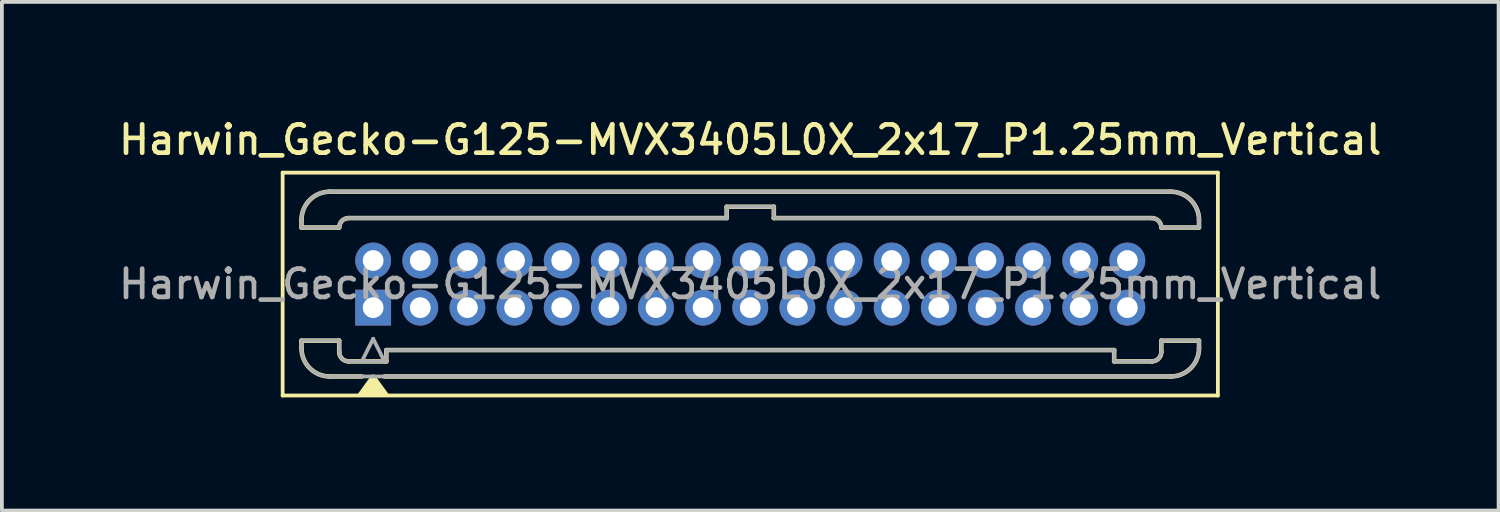
<source format=kicad_pcb>
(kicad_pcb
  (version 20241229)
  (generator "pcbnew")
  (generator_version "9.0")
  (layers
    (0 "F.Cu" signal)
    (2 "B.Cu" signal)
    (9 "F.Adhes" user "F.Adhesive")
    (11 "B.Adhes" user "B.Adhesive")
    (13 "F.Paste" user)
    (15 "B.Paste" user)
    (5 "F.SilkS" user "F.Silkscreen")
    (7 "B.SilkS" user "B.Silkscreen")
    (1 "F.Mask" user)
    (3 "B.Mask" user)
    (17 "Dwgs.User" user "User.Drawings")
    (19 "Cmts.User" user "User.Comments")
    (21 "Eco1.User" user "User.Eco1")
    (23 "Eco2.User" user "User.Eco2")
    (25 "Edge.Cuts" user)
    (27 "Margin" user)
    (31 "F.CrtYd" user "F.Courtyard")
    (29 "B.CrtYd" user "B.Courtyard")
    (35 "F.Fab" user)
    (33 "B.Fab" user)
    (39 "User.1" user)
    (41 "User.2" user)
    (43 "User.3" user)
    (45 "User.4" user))
  (footprint "Harwin_Gecko-G125-MVX3405L0X_2x17_P1.25mm_Vertical"
    (layer "F.Cu")
    (at 6.845 5.108)
    (property "Reference" "Harwin_Gecko-G125-MVX3405L0X_2x17_P1.25mm_Vertical" (at 10 -4.45 0) (layer "F.SilkS") (effects (font (size 0.75 0.75) (thickness 0.125))))
    (attr through_hole)
    (fp_line (start -2.4 -3.58) (end -2.4 2.33) (stroke (width 0.1) (type solid)) (layer "F.SilkS"))
    (fp_line (start -2.4 2.33) (end 22.4 2.33) (stroke (width 0.1) (type solid)) (layer "F.SilkS"))
    (fp_line (start -1.9 -2.325) (end -1.9 -2.125) (stroke (width 0.12) (type solid)) (layer "F.SilkS"))
    (fp_line (start -1.9 -2.125) (end -0.9 -2.125) (stroke (width 0.12) (type solid)) (layer "F.SilkS"))
    (fp_line (start -1.9 0.875) (end -0.9 0.875) (stroke (width 0.12) (type solid)) (layer "F.SilkS"))
    (fp_line (start -1.9 1.075) (end -1.9 0.875) (stroke (width 0.12) (type solid)) (layer "F.SilkS"))
    (fp_line (start -1.15 -3.075) (end 21.15 -3.075) (stroke (width 0.12) (type solid)) (layer "F.SilkS"))
    (fp_line (start -1.15 1.825) (end -0.3 1.825) (stroke (width 0.12) (type solid)) (layer "F.SilkS"))
    (fp_line (start -0.9 1.175) (end -0.9 0.875) (stroke (width 0.12) (type solid)) (layer "F.SilkS"))
    (fp_line (start -0.65 -2.375) (end 9.375 -2.375) (stroke (width 0.12) (type solid)) (layer "F.SilkS"))
    (fp_line (start -0.65 1.425) (end 0.35 1.425) (stroke (width 0.12) (type solid)) (layer "F.SilkS"))
    (fp_line (start 0.3 1.825) (end 21.15 1.825) (stroke (width 0.12) (type solid)) (layer "F.SilkS"))
    (fp_line (start 0.35 1.125) (end 19.65 1.125) (stroke (width 0.12) (type solid)) (layer "F.SilkS"))
    (fp_line (start 0.35 1.425) (end 0.35 1.125) (stroke (width 0.12) (type solid)) (layer "F.SilkS"))
    (fp_line (start 9.375 -2.675) (end 10.625 -2.675) (stroke (width 0.12) (type solid)) (layer "F.SilkS"))
    (fp_line (start 9.375 -2.375) (end 9.375 -2.675) (stroke (width 0.12) (type solid)) (layer "F.SilkS"))
    (fp_line (start 10.625 -2.675) (end 10.625 -2.375) (stroke (width 0.12) (type solid)) (layer "F.SilkS"))
    (fp_line (start 10.625 -2.375) (end 20.65 -2.375) (stroke (width 0.12) (type solid)) (layer "F.SilkS"))
    (fp_line (start 19.65 1.125) (end 19.65 1.425) (stroke (width 0.12) (type solid)) (layer "F.SilkS"))
    (fp_line (start 19.65 1.425) (end 20.65 1.425) (stroke (width 0.12) (type solid)) (layer "F.SilkS"))
    (fp_line (start 20.9 1.175) (end 20.9 0.875) (stroke (width 0.12) (type solid)) (layer "F.SilkS"))
    (fp_line (start 21.9 -2.325) (end 21.9 -2.125) (stroke (width 0.12) (type solid)) (layer "F.SilkS"))
    (fp_line (start 21.9 -2.125) (end 20.9 -2.125) (stroke (width 0.12) (type solid)) (layer "F.SilkS"))
    (fp_line (start 21.9 0.875) (end 20.9 0.875) (stroke (width 0.12) (type solid)) (layer "F.SilkS"))
    (fp_line (start 21.9 1.075) (end 21.9 0.875) (stroke (width 0.12) (type solid)) (layer "F.SilkS"))
    (fp_line (start 22.4 -3.58) (end -2.4 -3.58) (stroke (width 0.1) (type solid)) (layer "F.SilkS"))
    (fp_line (start 22.4 -3.58) (end 22.4 2.33) (stroke (width 0.1) (type solid)) (layer "F.SilkS"))
    (fp_arc (start -1.9 -2.325) (mid -1.68033 -2.85533) (end -1.15 -3.075) (stroke (width 0.12) (type solid)) (layer "F.SilkS"))
    (fp_arc (start -1.15 1.825) (mid -1.68033 1.60533) (end -1.9 1.075) (stroke (width 0.12) (type solid)) (layer "F.SilkS"))
    (fp_arc (start -0.9 -2.125) (mid -0.826777 -2.301777) (end -0.65 -2.375) (stroke (width 0.12) (type solid)) (layer "F.SilkS"))
    (fp_arc (start -0.65 1.425) (mid -0.826777 1.351777) (end -0.9 1.175) (stroke (width 0.12) (type solid)) (layer "F.SilkS"))
    (fp_arc (start 20.65 -2.375) (mid 20.826777 -2.301777) (end 20.9 -2.125) (stroke (width 0.12) (type solid)) (layer "F.SilkS"))
    (fp_arc (start 20.9 1.175) (mid 20.826777 1.351777) (end 20.65 1.425) (stroke (width 0.12) (type solid)) (layer "F.SilkS"))
    (fp_arc (start 21.15 -3.075) (mid 21.68033 -2.85533) (end 21.9 -2.325) (stroke (width 0.12) (type solid)) (layer "F.SilkS"))
    (fp_arc (start 21.9 1.075) (mid 21.68033 1.60533) (end 21.15 1.825) (stroke (width 0.12) (type solid)) (layer "F.SilkS"))
    (fp_poly (pts (xy 0 1.83) (xy -0.34 2.3) (xy 0.34 2.3) (xy 0 1.83)) (stroke (width 0.12) (type solid)) (fill yes) (layer "F.SilkS"))
    (fp_line (start -1.9 -2.325) (end -1.9 -2.125) (stroke (width 0.1) (type solid)) (layer "F.Fab"))
    (fp_line (start -1.9 -2.125) (end -0.9 -2.125) (stroke (width 0.1) (type solid)) (layer "F.Fab"))
    (fp_line (start -1.9 0.875) (end -0.9 0.875) (stroke (width 0.1) (type solid)) (layer "F.Fab"))
    (fp_line (start -1.9 1.075) (end -1.9 0.875) (stroke (width 0.1) (type solid)) (layer "F.Fab"))
    (fp_line (start -1.15 -3.075) (end 21.15 -3.075) (stroke (width 0.1) (type solid)) (layer "F.Fab"))
    (fp_line (start -1.15 1.825) (end 21.15 1.825) (stroke (width 0.1) (type solid)) (layer "F.Fab"))
    (fp_line (start -0.9 1.175) (end -0.9 0.875) (stroke (width 0.1) (type solid)) (layer "F.Fab"))
    (fp_line (start -0.65 -2.375) (end 9.375 -2.375) (stroke (width 0.1) (type solid)) (layer "F.Fab"))
    (fp_line (start -0.65 1.425) (end 0.35 1.425) (stroke (width 0.1) (type solid)) (layer "F.Fab"))
    (fp_line (start 0 0.825) (end -0.3 1.425) (stroke (width 0.1) (type solid)) (layer "F.Fab"))
    (fp_line (start 0.3 1.425) (end 0 0.825) (stroke (width 0.1) (type solid)) (layer "F.Fab"))
    (fp_line (start 0.35 1.125) (end 19.65 1.125) (stroke (width 0.1) (type solid)) (layer "F.Fab"))
    (fp_line (start 0.35 1.425) (end 0.35 1.125) (stroke (width 0.1) (type solid)) (layer "F.Fab"))
    (fp_line (start 9.375 -2.675) (end 10.625 -2.675) (stroke (width 0.1) (type solid)) (layer "F.Fab"))
    (fp_line (start 9.375 -2.375) (end 9.375 -2.675) (stroke (width 0.1) (type solid)) (layer "F.Fab"))
    (fp_line (start 10.625 -2.675) (end 10.625 -2.375) (stroke (width 0.1) (type solid)) (layer "F.Fab"))
    (fp_line (start 10.625 -2.375) (end 20.65 -2.375) (stroke (width 0.1) (type solid)) (layer "F.Fab"))
    (fp_line (start 19.65 1.125) (end 19.65 1.425) (stroke (width 0.1) (type solid)) (layer "F.Fab"))
    (fp_line (start 19.65 1.425) (end 20.65 1.425) (stroke (width 0.1) (type solid)) (layer "F.Fab"))
    (fp_line (start 20.9 1.175) (end 20.9 0.875) (stroke (width 0.1) (type solid)) (layer "F.Fab"))
    (fp_line (start 21.9 -2.325) (end 21.9 -2.125) (stroke (width 0.1) (type solid)) (layer "F.Fab"))
    (fp_line (start 21.9 -2.125) (end 20.9 -2.125) (stroke (width 0.1) (type solid)) (layer "F.Fab"))
    (fp_line (start 21.9 0.875) (end 20.9 0.875) (stroke (width 0.1) (type solid)) (layer "F.Fab"))
    (fp_line (start 21.9 1.075) (end 21.9 0.875) (stroke (width 0.1) (type solid)) (layer "F.Fab"))
    (fp_arc (start -1.9 -2.325) (mid -1.68033 -2.85533) (end -1.15 -3.075) (stroke (width 0.1) (type solid)) (layer "F.Fab"))
    (fp_arc (start -1.15 1.825) (mid -1.68033 1.60533) (end -1.9 1.075) (stroke (width 0.1) (type solid)) (layer "F.Fab"))
    (fp_arc (start -0.9 -2.125) (mid -0.826777 -2.301777) (end -0.65 -2.375) (stroke (width 0.1) (type solid)) (layer "F.Fab"))
    (fp_arc (start -0.65 1.425) (mid -0.826777 1.351777) (end -0.9 1.175) (stroke (width 0.1) (type solid)) (layer "F.Fab"))
    (fp_arc (start 20.65 -2.375) (mid 20.826777 -2.301777) (end 20.9 -2.125) (stroke (width 0.1) (type solid)) (layer "F.Fab"))
    (fp_arc (start 20.9 1.175) (mid 20.826777 1.351777) (end 20.65 1.425) (stroke (width 0.1) (type solid)) (layer "F.Fab"))
    (fp_arc (start 21.15 -3.075) (mid 21.68033 -2.85533) (end 21.9 -2.325) (stroke (width 0.1) (type solid)) (layer "F.Fab"))
    (fp_arc (start 21.9 1.075) (mid 21.68033 1.60533) (end 21.15 1.825) (stroke (width 0.1) (type solid)) (layer "F.Fab"))
    (fp_text user "${REFERENCE}" (at 10 -0.625 0) (layer "F.Fab") (effects (font (size 0.75 0.75) (thickness 0.125))))
    (pad "1" thru_hole rect (at 0 0) (size 0.95 0.95) (drill 0.55) (layers "*.Cu" "*.Mask"))
    (pad "2" thru_hole circle (at 1.25 0) (size 0.95 0.95) (drill 0.55) (layers "*.Cu" "*.Mask"))
    (pad "3" thru_hole circle (at 2.5 0) (size 0.95 0.95) (drill 0.55) (layers "*.Cu" "*.Mask"))
    (pad "4" thru_hole circle (at 3.75 0) (size 0.95 0.95) (drill 0.55) (layers "*.Cu" "*.Mask"))
    (pad "5" thru_hole circle (at 5 0) (size 0.95 0.95) (drill 0.55) (layers "*.Cu" "*.Mask"))
    (pad "6" thru_hole circle (at 6.25 0) (size 0.95 0.95) (drill 0.55) (layers "*.Cu" "*.Mask"))
    (pad "7" thru_hole circle (at 7.5 0) (size 0.95 0.95) (drill 0.55) (layers "*.Cu" "*.Mask"))
    (pad "8" thru_hole circle (at 8.75 0) (size 0.95 0.95) (drill 0.55) (layers "*.Cu" "*.Mask"))
    (pad "9" thru_hole circle (at 10 0) (size 0.95 0.95) (drill 0.55) (layers "*.Cu" "*.Mask"))
    (pad "10" thru_hole circle (at 11.25 0) (size 0.95 0.95) (drill 0.55) (layers "*.Cu" "*.Mask"))
    (pad "11" thru_hole circle (at 12.5 0) (size 0.95 0.95) (drill 0.55) (layers "*.Cu" "*.Mask"))
    (pad "12" thru_hole circle (at 13.75 0) (size 0.95 0.95) (drill 0.55) (layers "*.Cu" "*.Mask"))
    (pad "13" thru_hole circle (at 15 0) (size 0.95 0.95) (drill 0.55) (layers "*.Cu" "*.Mask"))
    (pad "14" thru_hole circle (at 16.25 0) (size 0.95 0.95) (drill 0.55) (layers "*.Cu" "*.Mask"))
    (pad "15" thru_hole circle (at 17.5 0) (size 0.95 0.95) (drill 0.55) (layers "*.Cu" "*.Mask"))
    (pad "16" thru_hole circle (at 18.75 0) (size 0.95 0.95) (drill 0.55) (layers "*.Cu" "*.Mask"))
    (pad "17" thru_hole circle (at 20 0) (size 0.95 0.95) (drill 0.55) (layers "*.Cu" "*.Mask"))
    (pad "18" thru_hole circle (at 0 -1.25) (size 0.95 0.95) (drill 0.55) (layers "*.Cu" "*.Mask"))
    (pad "19" thru_hole circle (at 1.25 -1.25) (size 0.95 0.95) (drill 0.55) (layers "*.Cu" "*.Mask"))
    (pad "20" thru_hole circle (at 2.5 -1.25) (size 0.95 0.95) (drill 0.55) (layers "*.Cu" "*.Mask"))
    (pad "21" thru_hole circle (at 3.75 -1.25) (size 0.95 0.95) (drill 0.55) (layers "*.Cu" "*.Mask"))
    (pad "22" thru_hole circle (at 5 -1.25) (size 0.95 0.95) (drill 0.55) (layers "*.Cu" "*.Mask"))
    (pad "23" thru_hole circle (at 6.25 -1.25) (size 0.95 0.95) (drill 0.55) (layers "*.Cu" "*.Mask"))
    (pad "24" thru_hole circle (at 7.5 -1.25) (size 0.95 0.95) (drill 0.55) (layers "*.Cu" "*.Mask"))
    (pad "25" thru_hole circle (at 8.75 -1.25) (size 0.95 0.95) (drill 0.55) (layers "*.Cu" "*.Mask"))
    (pad "26" thru_hole circle (at 10 -1.25) (size 0.95 0.95) (drill 0.55) (layers "*.Cu" "*.Mask"))
    (pad "27" thru_hole circle (at 11.25 -1.25) (size 0.95 0.95) (drill 0.55) (layers "*.Cu" "*.Mask"))
    (pad "28" thru_hole circle (at 12.5 -1.25) (size 0.95 0.95) (drill 0.55) (layers "*.Cu" "*.Mask"))
    (pad "29" thru_hole circle (at 13.75 -1.25) (size 0.95 0.95) (drill 0.55) (layers "*.Cu" "*.Mask"))
    (pad "30" thru_hole circle (at 15 -1.25) (size 0.95 0.95) (drill 0.55) (layers "*.Cu" "*.Mask"))
    (pad "31" thru_hole circle (at 16.25 -1.25) (size 0.95 0.95) (drill 0.55) (layers "*.Cu" "*.Mask"))
    (pad "32" thru_hole circle (at 17.5 -1.25) (size 0.95 0.95) (drill 0.55) (layers "*.Cu" "*.Mask"))
    (pad "33" thru_hole circle (at 18.75 -1.25) (size 0.95 0.95) (drill 0.55) (layers "*.Cu" "*.Mask"))
    (pad "34" thru_hole circle (at 20 -1.25) (size 0.95 0.95) (drill 0.55) (layers "*.Cu" "*.Mask")))
  (gr_rect
    (start -3 -3)
    (end 36.689 10.488)
    (stroke (width 0.1) (type default))
    (fill no)
    (layer "Edge.Cuts")))
</source>
